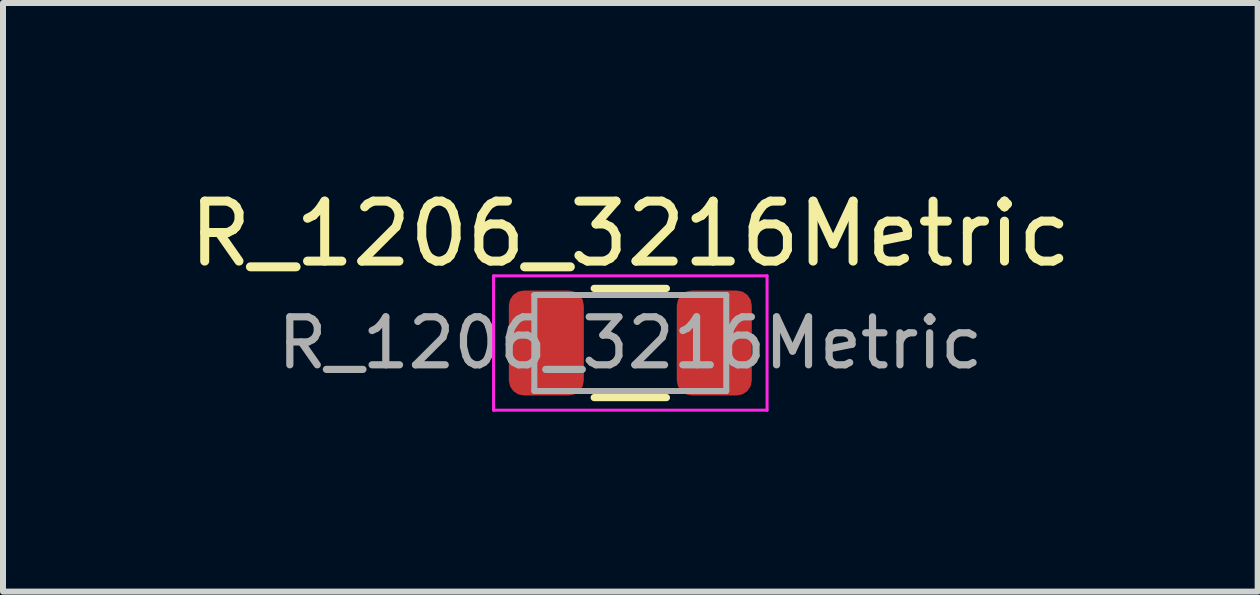
<source format=kicad_pcb>
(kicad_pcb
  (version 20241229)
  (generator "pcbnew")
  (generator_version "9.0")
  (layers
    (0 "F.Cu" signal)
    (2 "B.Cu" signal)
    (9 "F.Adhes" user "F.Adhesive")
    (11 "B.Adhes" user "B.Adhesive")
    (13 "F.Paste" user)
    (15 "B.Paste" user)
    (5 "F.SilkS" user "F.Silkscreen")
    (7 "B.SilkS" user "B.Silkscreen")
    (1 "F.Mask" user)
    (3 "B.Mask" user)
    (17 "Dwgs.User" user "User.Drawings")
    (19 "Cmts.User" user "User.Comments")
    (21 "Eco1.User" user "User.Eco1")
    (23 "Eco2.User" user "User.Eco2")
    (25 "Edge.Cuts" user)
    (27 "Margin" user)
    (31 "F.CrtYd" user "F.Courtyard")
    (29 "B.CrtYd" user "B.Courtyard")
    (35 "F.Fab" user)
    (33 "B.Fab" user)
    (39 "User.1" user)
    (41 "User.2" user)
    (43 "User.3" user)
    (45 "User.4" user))
  (footprint "R_1206_3216Metric"
    (layer "F.Cu")
    (at 7.458 2.668)
    (property "Reference" "R_1206_3216Metric" (at 0 -1.82 0) (layer "F.SilkS") (effects (font (size 1 1) (thickness 0.15))))
    (attr smd)
    (fp_line (start -0.602 -0.91) (end 0.602 -0.91) (stroke (width 0.12) (type solid)) (layer "F.SilkS"))
    (fp_line (start -0.602 0.91) (end 0.602 0.91) (stroke (width 0.12) (type solid)) (layer "F.SilkS"))
    (fp_line (start -2.28 -1.12) (end 2.28 -1.12) (stroke (width 0.05) (type solid)) (layer "F.CrtYd"))
    (fp_line (start -2.28 1.12) (end -2.28 -1.12) (stroke (width 0.05) (type solid)) (layer "F.CrtYd"))
    (fp_line (start 2.28 -1.12) (end 2.28 1.12) (stroke (width 0.05) (type solid)) (layer "F.CrtYd"))
    (fp_line (start 2.28 1.12) (end -2.28 1.12) (stroke (width 0.05) (type solid)) (layer "F.CrtYd"))
    (fp_line (start -1.6 -0.8) (end 1.6 -0.8) (stroke (width 0.1) (type solid)) (layer "F.Fab"))
    (fp_line (start -1.6 0.8) (end -1.6 -0.8) (stroke (width 0.1) (type solid)) (layer "F.Fab"))
    (fp_line (start 1.6 -0.8) (end 1.6 0.8) (stroke (width 0.1) (type solid)) (layer "F.Fab"))
    (fp_line (start 1.6 0.8) (end -1.6 0.8) (stroke (width 0.1) (type solid)) (layer "F.Fab"))
    (fp_text user "${REFERENCE}" (at 0 0 0) (layer "F.Fab") (effects (font (size 0.8 0.8) (thickness 0.12))))
    (pad "1" smd roundrect (at -1.4 0) (size 1.25 1.75) (layers "F.Cu" "F.Mask" "F.Paste") (roundrect_rratio 0.2))
    (pad "2" smd roundrect (at 1.4 0) (size 1.25 1.75) (layers "F.Cu" "F.Mask" "F.Paste") (roundrect_rratio 0.2)))
  (gr_rect
    (start -3 -3)
    (end 17.917 6.813)
    (stroke (width 0.1) (type default))
    (fill no)
    (layer "Edge.Cuts")))
</source>
